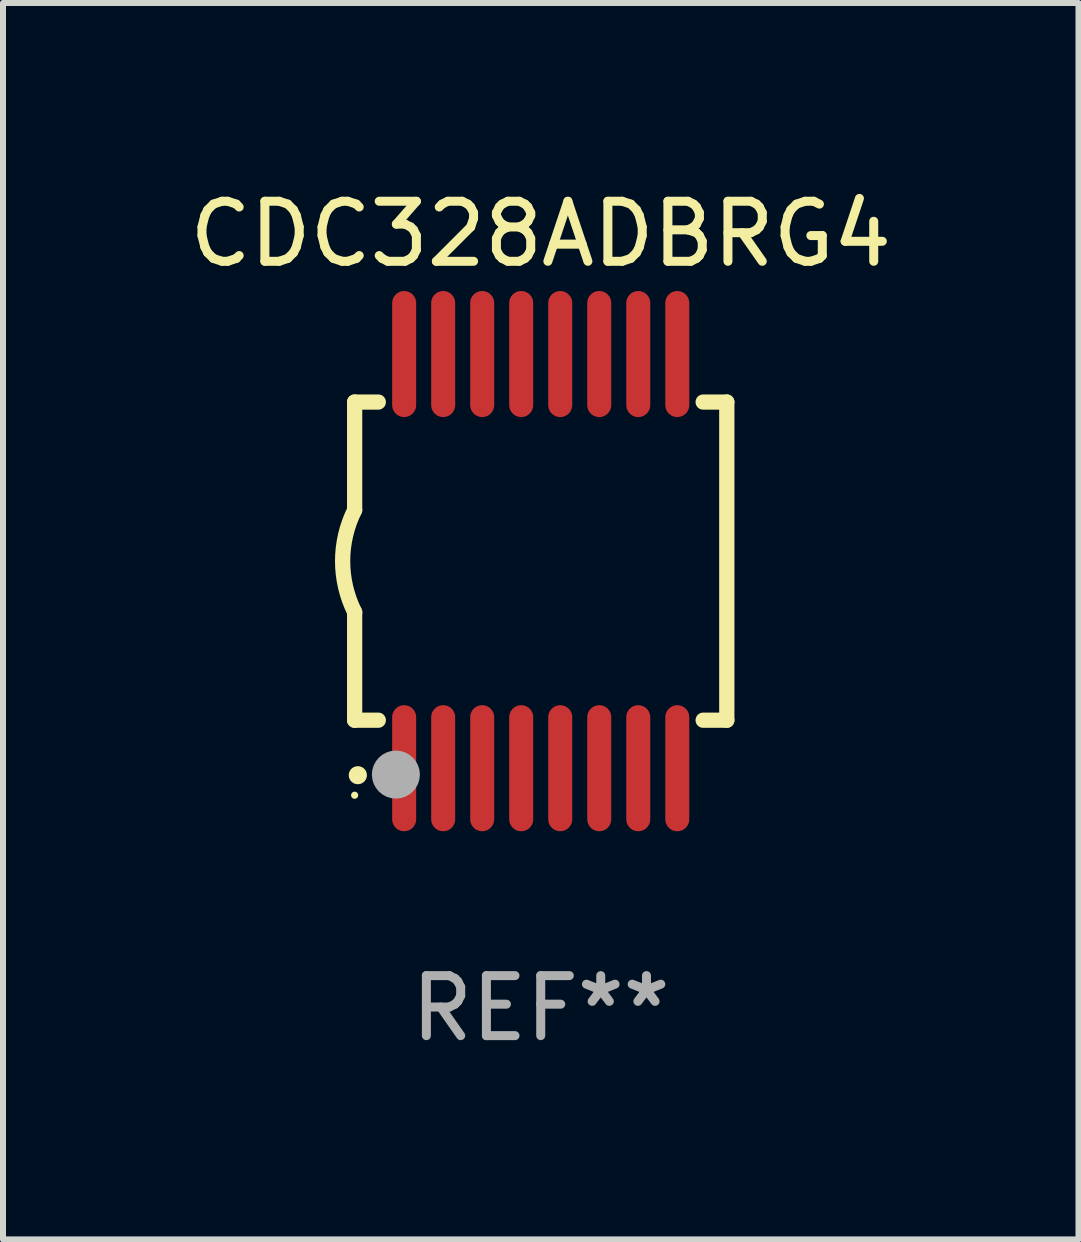
<source format=kicad_pcb>
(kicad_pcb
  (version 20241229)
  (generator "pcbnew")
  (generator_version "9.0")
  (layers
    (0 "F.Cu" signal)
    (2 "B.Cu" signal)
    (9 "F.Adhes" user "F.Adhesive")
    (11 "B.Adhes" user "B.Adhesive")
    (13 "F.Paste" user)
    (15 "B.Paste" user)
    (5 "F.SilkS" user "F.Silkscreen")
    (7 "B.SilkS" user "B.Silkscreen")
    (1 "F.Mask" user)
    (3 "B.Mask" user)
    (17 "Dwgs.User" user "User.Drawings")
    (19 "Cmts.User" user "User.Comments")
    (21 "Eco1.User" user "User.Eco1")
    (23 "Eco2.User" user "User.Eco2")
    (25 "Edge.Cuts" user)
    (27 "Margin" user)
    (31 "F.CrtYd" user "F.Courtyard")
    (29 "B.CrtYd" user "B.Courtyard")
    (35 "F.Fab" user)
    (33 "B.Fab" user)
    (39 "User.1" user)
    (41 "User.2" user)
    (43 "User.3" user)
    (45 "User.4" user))
  (footprint "CDC328ADBRG4"
    (layer "F.Cu")
    (at 5.958 6.298)
    (property "Reference" "CDC328ADBRG4" (at 0 -5.45 0) (layer "F.SilkS") (effects (font (size 1 1) (thickness 0.15))))
    (attr through_hole)
    (fp_line (start -3.1 -2.65) (end -3.1 -0.85) (stroke (width 0.254) (type solid)) (layer "F.SilkS"))
    (fp_line (start -3.1 -2.65) (end -2.706 -2.65) (stroke (width 0.254) (type solid)) (layer "F.SilkS"))
    (fp_line (start -3.1 2.65) (end -3.1 0.85) (stroke (width 0.254) (type solid)) (layer "F.SilkS"))
    (fp_line (start -3.1 2.65) (end -2.706 2.65) (stroke (width 0.254) (type solid)) (layer "F.SilkS"))
    (fp_line (start 2.706 -2.65) (end 3.1 -2.65) (stroke (width 0.254) (type solid)) (layer "F.SilkS"))
    (fp_line (start 2.706 2.65) (end 3.1 2.65) (stroke (width 0.254) (type solid)) (layer "F.SilkS"))
    (fp_line (start 3.1 -2.65) (end 3.1 2.65) (stroke (width 0.254) (type solid)) (layer "F.SilkS"))
    (fp_arc (start -3.098907 0.850902) (mid -3.300057 0.000523) (end -3.1 -0.850114) (stroke (width 0.254001) (type solid)) (layer "F.SilkS"))
    (fp_arc (start -3.048006 3.566066) (mid -3.046736 3.566061) (end -3.045466 3.566066) (stroke (width 0.3) (type solid)) (layer "F.SilkS"))
    (fp_circle (center -3.1 3.9) (end -3.07 3.9) (stroke (width 0.06) (type solid)) (fill no) (layer "F.SilkS"))
    (fp_circle (center -2.413 3.556) (end -2.213 3.556) (stroke (width 0.4) (type solid)) (fill no) (layer "F.Fab"))
    (fp_text user "REF**" (at 0 7.45 0) (layer "F.Fab") (effects (font (size 1 1) (thickness 0.15))))
    (pad "1" smd oval (at -2.275 3.45 180) (size 0.4 2.1) (layers "F.Cu" "F.Mask" "F.Paste"))
    (pad "2" smd oval (at -1.625 3.45 180) (size 0.4 2.1) (layers "F.Cu" "F.Mask" "F.Paste"))
    (pad "3" smd oval (at -0.975 3.45 180) (size 0.4 2.1) (layers "F.Cu" "F.Mask" "F.Paste"))
    (pad "4" smd oval (at -0.325 3.45 180) (size 0.4 2.1) (layers "F.Cu" "F.Mask" "F.Paste"))
    (pad "5" smd oval (at 0.325 3.45 180) (size 0.4 2.1) (layers "F.Cu" "F.Mask" "F.Paste"))
    (pad "6" smd oval (at 0.975 3.45 180) (size 0.4 2.1) (layers "F.Cu" "F.Mask" "F.Paste"))
    (pad "7" smd oval (at 1.625 3.45 180) (size 0.4 2.1) (layers "F.Cu" "F.Mask" "F.Paste"))
    (pad "8" smd oval (at 2.275 3.45 180) (size 0.4 2.1) (layers "F.Cu" "F.Mask" "F.Paste"))
    (pad "9" smd oval (at 2.275 -3.45 180) (size 0.4 2.1) (layers "F.Cu" "F.Mask" "F.Paste"))
    (pad "10" smd oval (at 1.625 -3.45 180) (size 0.4 2.1) (layers "F.Cu" "F.Mask" "F.Paste"))
    (pad "11" smd oval (at 0.975 -3.45 180) (size 0.4 2.1) (layers "F.Cu" "F.Mask" "F.Paste"))
    (pad "12" smd oval (at 0.325 -3.45 180) (size 0.4 2.1) (layers "F.Cu" "F.Mask" "F.Paste"))
    (pad "13" smd oval (at -0.325 -3.45 180) (size 0.4 2.1) (layers "F.Cu" "F.Mask" "F.Paste"))
    (pad "14" smd oval (at -0.975 -3.45 180) (size 0.4 2.1) (layers "F.Cu" "F.Mask" "F.Paste"))
    (pad "15" smd oval (at -1.625 -3.45 180) (size 0.4 2.1) (layers "F.Cu" "F.Mask" "F.Paste"))
    (pad "16" smd oval (at -2.275 -3.45 180) (size 0.4 2.1) (layers "F.Cu" "F.Mask" "F.Paste")))
  (gr_rect
    (start -3 -3)
    (end 14.917 17.597)
    (stroke (width 0.1) (type default))
    (fill no)
    (layer "Edge.Cuts")))
</source>
